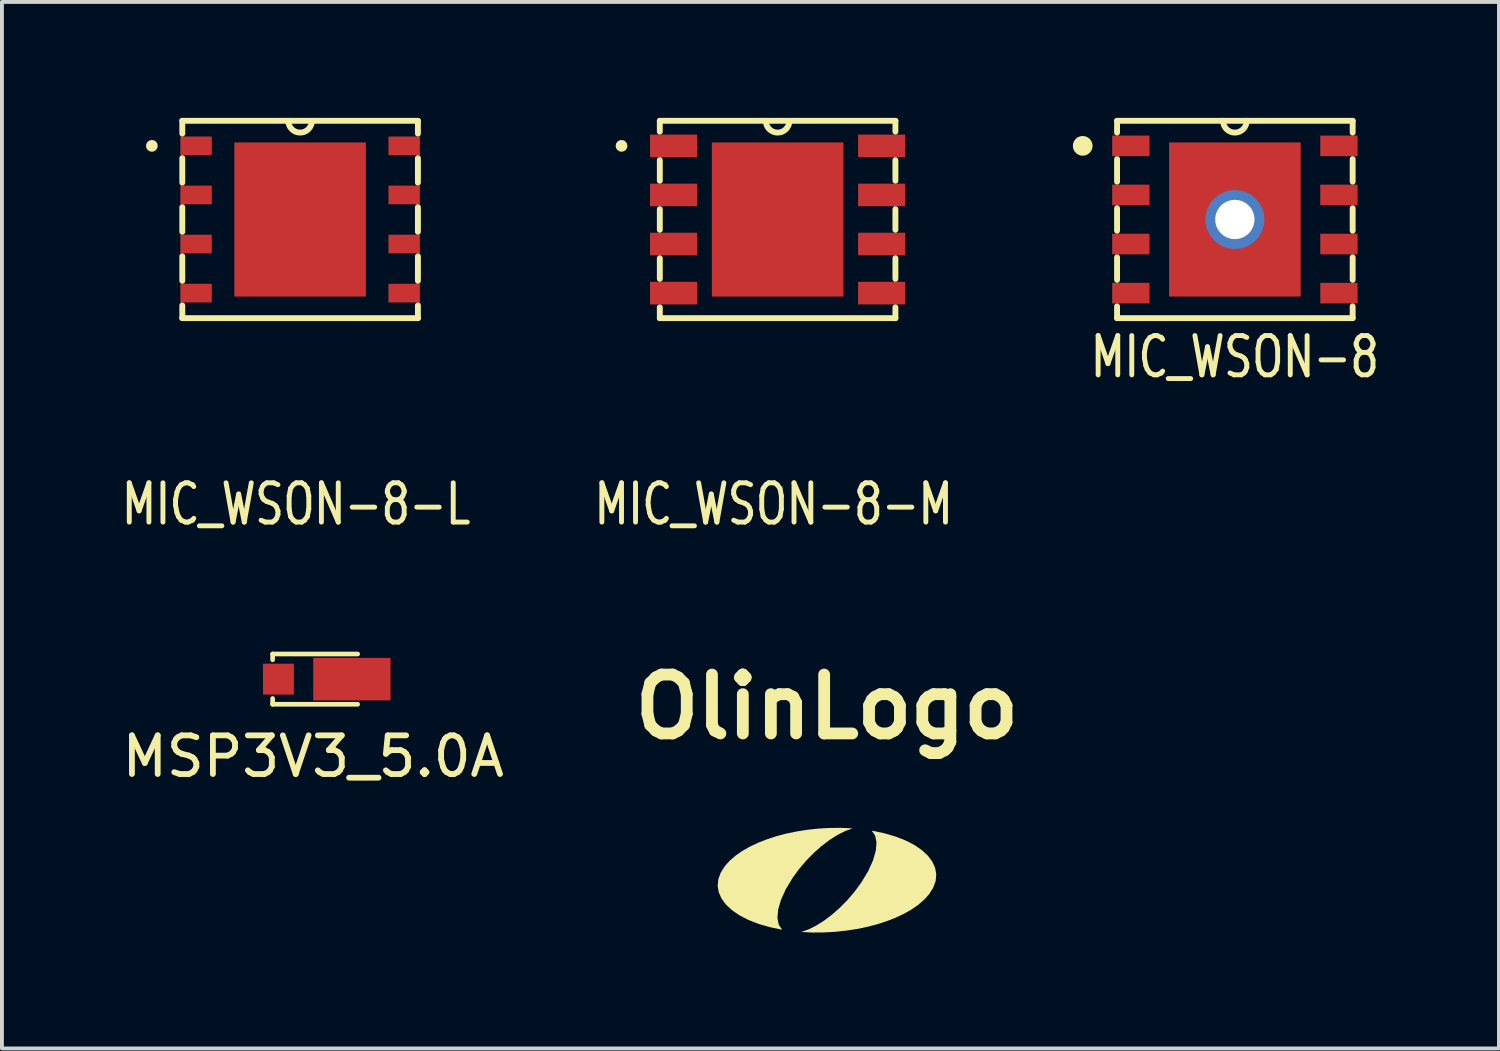
<source format=kicad_pcb>
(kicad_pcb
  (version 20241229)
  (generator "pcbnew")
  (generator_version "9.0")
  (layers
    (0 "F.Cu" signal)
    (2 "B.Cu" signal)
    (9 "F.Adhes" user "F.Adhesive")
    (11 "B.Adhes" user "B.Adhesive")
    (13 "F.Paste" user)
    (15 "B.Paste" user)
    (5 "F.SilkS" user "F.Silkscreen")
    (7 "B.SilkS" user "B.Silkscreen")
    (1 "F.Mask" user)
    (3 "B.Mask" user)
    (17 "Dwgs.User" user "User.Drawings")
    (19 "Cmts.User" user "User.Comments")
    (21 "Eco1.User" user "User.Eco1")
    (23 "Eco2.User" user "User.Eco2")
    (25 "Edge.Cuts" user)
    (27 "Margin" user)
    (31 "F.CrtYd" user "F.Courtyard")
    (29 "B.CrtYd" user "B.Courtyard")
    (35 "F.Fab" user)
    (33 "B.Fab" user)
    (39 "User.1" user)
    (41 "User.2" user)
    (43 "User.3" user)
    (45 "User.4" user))
  (footprint "MIC_WSON-8-M"
    (layer "F.Cu")
    (at 17.07 2.629)
    (property "Reference" "MIC_WSON-8-M" (at -0.102 7.366 0) (layer "F.SilkS") (effects (font (size 1.016 0.762) (thickness 0.127))))
    (attr smd)
    (fp_line (start -3.048 -2.553) (end -3.048 -2.273) (stroke (width 0.152) (type solid)) (layer "F.SilkS"))
    (fp_line (start -3.048 -1.537) (end -3.048 -1.003) (stroke (width 0.152) (type solid)) (layer "F.SilkS"))
    (fp_line (start -3.048 -0.267) (end -3.048 0.267) (stroke (width 0.152) (type solid)) (layer "F.SilkS"))
    (fp_line (start -3.048 1.003) (end -3.048 1.537) (stroke (width 0.152) (type solid)) (layer "F.SilkS"))
    (fp_line (start -3.048 2.273) (end -3.048 2.553) (stroke (width 0.152) (type solid)) (layer "F.SilkS"))
    (fp_line (start -3.048 2.553) (end 3.048 2.553) (stroke (width 0.152) (type solid)) (layer "F.SilkS"))
    (fp_line (start 3.048 -2.553) (end -3.048 -2.553) (stroke (width 0.152) (type solid)) (layer "F.SilkS"))
    (fp_line (start 3.048 -2.273) (end 3.048 -2.553) (stroke (width 0.152) (type solid)) (layer "F.SilkS"))
    (fp_line (start 3.048 -1.003) (end 3.048 -1.537) (stroke (width 0.152) (type solid)) (layer "F.SilkS"))
    (fp_line (start 3.048 0.267) (end 3.048 -0.267) (stroke (width 0.152) (type solid)) (layer "F.SilkS"))
    (fp_line (start 3.048 1.537) (end 3.048 1.003) (stroke (width 0.152) (type solid)) (layer "F.SilkS"))
    (fp_line (start 3.048 2.553) (end 3.048 2.273) (stroke (width 0.152) (type solid)) (layer "F.SilkS"))
    (fp_arc (start -4.1148 -1.905) (mid -3.9624 -1.905) (end -4.1148 -1.905) (stroke (width 0.1524) (type solid)) (layer "F.SilkS"))
    (fp_arc (start 0.3048 -2.5527) (mid 0 -2.2479) (end -0.3048 -2.5527) (stroke (width 0.1524) (type solid)) (layer "F.SilkS"))
    (pad "1" smd rect (at -2.692 -1.905) (size 1.219 0.584) (layers "F.Cu" "F.Mask" "F.Paste"))
    (pad "2" smd rect (at -2.692 -0.635) (size 1.219 0.584) (layers "F.Cu" "F.Mask" "F.Paste"))
    (pad "3" smd rect (at -2.692 0.635) (size 1.219 0.584) (layers "F.Cu" "F.Mask" "F.Paste"))
    (pad "4" smd rect (at -2.692 1.905) (size 1.219 0.584) (layers "F.Cu" "F.Mask" "F.Paste"))
    (pad "5" smd rect (at 2.692 1.905) (size 1.219 0.584) (layers "F.Cu" "F.Mask" "F.Paste"))
    (pad "6" smd rect (at 2.692 0.635) (size 1.219 0.584) (layers "F.Cu" "F.Mask" "F.Paste"))
    (pad "7" smd rect (at 2.692 -0.635) (size 1.219 0.584) (layers "F.Cu" "F.Mask" "F.Paste"))
    (pad "8" smd rect (at 2.692 -1.905) (size 1.219 0.584) (layers "F.Cu" "F.Mask" "F.Paste"))
    (pad "9" smd rect (at 0 0 270) (size 3.988 3.404) (layers "F.Cu" "F.Mask" "F.Paste")))
  (footprint "OlinLogo"
    (layer "F.Cu")
    (at 18.347 19.724)
    (property "Reference" "OlinLogo" (at 0 -4.486 0) (layer "F.SilkS") (effects (font (size 1.524 1.524) (thickness 0.305))))
    (attr smd)
    (fp_poly (pts (xy 0.665 -1.34) (xy 0.373 -1.354) (xy 0.082 -1.352) (xy -0.208 -1.336) (xy -0.493 -1.306) (xy -0.771 -1.263) (xy -1.042 -1.208) (xy -1.301 -1.14) (xy -1.547 -1.06) (xy -1.779 -0.97) (xy -1.993 -0.869) (xy -2.188 -0.758) (xy -2.362 -0.637) (xy -2.512 -0.508) (xy -2.637 -0.37) (xy -2.749 -0.195) (xy -2.812 -0.021) (xy -2.828 0.15) (xy -2.799 0.317) (xy -2.727 0.478) (xy -2.613 0.631) (xy -2.46 0.774) (xy -2.269 0.906) (xy -2.041 1.025) (xy -1.779 1.128) (xy -1.484 1.214) (xy -1.158 1.282) (xy -1.247 1.153) (xy -1.282 0.977) (xy -1.263 0.761) (xy -1.191 0.511) (xy -1.066 0.234) (xy -0.887 -0.062) (xy -0.717 -0.294) (xy -0.532 -0.511) (xy -0.335 -0.711) (xy -0.132 -0.89) (xy 0.074 -1.046) (xy 0.279 -1.175) (xy 0.477 -1.274) (xy 0.665 -1.34)) (stroke (width 0) (type solid)) (fill yes) (layer "F.SilkS"))
    (fp_poly (pts (xy 1.158 -1.282) (xy 1.247 -1.153) (xy 1.282 -0.977) (xy 1.263 -0.761) (xy 1.191 -0.511) (xy 1.066 -0.234) (xy 0.887 0.062) (xy 0.717 0.294) (xy 0.532 0.511) (xy 0.335 0.711) (xy 0.132 0.89) (xy -0.074 1.046) (xy -0.279 1.175) (xy -0.477 1.274) (xy -0.665 1.34) (xy -0.373 1.354) (xy -0.082 1.352) (xy 0.208 1.336) (xy 0.493 1.306) (xy 0.772 1.263) (xy 1.042 1.208) (xy 1.301 1.14) (xy 1.547 1.06) (xy 1.779 0.97) (xy 1.993 0.869) (xy 2.188 0.758) (xy 2.362 0.637) (xy 2.512 0.508) (xy 2.637 0.37) (xy 2.749 0.195) (xy 2.812 0.022) (xy 2.828 -0.15) (xy 2.799 -0.317) (xy 2.727 -0.478) (xy 2.614 -0.631) (xy 2.46 -0.774) (xy 2.269 -0.906) (xy 2.041 -1.025) (xy 1.779 -1.128) (xy 1.484 -1.214) (xy 1.158 -1.282)) (stroke (width 0) (type solid)) (fill yes) (layer "F.SilkS")))
  (footprint "MSP3V3_5.0A"
    (layer "F.Cu")
    (at 5.054 14.522)
    (property "Reference" "MSP3V3_5.0A" (at 0 2 0) (layer "F.SilkS") (effects (font (size 1 1) (thickness 0.15))))
    (attr smd)
    (fp_line (start -1.05 -0.65) (end -1.05 -0.5) (stroke (width 0.12) (type solid)) (layer "F.SilkS"))
    (fp_line (start -1.05 -0.65) (end 1.15 -0.65) (stroke (width 0.12) (type solid)) (layer "F.SilkS"))
    (fp_line (start -1.05 0.65) (end -1.05 0.5) (stroke (width 0.12) (type solid)) (layer "F.SilkS"))
    (fp_line (start -1.05 0.65) (end 1.15 0.65) (stroke (width 0.12) (type solid)) (layer "F.SilkS"))
    (pad "1" smd rect (at -0.9 0) (size 0.8 0.8) (layers "F.Cu" "F.Mask" "F.Paste"))
    (pad "2" smd rect (at 1 0) (size 2 1.1) (layers "F.Cu" "F.Mask" "F.Paste")))
  (footprint "MIC_WSON-8-L"
    (layer "F.Cu")
    (at 4.715 2.629)
    (property "Reference" "MIC_WSON-8-L" (at -0.102 7.366 0) (layer "F.SilkS") (effects (font (size 1.016 0.762) (thickness 0.127))))
    (attr smd)
    (fp_line (start -3.048 -2.553) (end -3.048 -2.223) (stroke (width 0.152) (type solid)) (layer "F.SilkS"))
    (fp_line (start -3.048 -1.587) (end -3.048 -0.953) (stroke (width 0.152) (type solid)) (layer "F.SilkS"))
    (fp_line (start -3.048 -0.318) (end -3.048 0.318) (stroke (width 0.152) (type solid)) (layer "F.SilkS"))
    (fp_line (start -3.048 0.953) (end -3.048 1.587) (stroke (width 0.152) (type solid)) (layer "F.SilkS"))
    (fp_line (start -3.048 2.223) (end -3.048 2.553) (stroke (width 0.152) (type solid)) (layer "F.SilkS"))
    (fp_line (start -3.048 2.553) (end 3.048 2.553) (stroke (width 0.152) (type solid)) (layer "F.SilkS"))
    (fp_line (start 3.048 -2.553) (end -3.048 -2.553) (stroke (width 0.152) (type solid)) (layer "F.SilkS"))
    (fp_line (start 3.048 -2.223) (end 3.048 -2.553) (stroke (width 0.152) (type solid)) (layer "F.SilkS"))
    (fp_line (start 3.048 -0.953) (end 3.048 -1.587) (stroke (width 0.152) (type solid)) (layer "F.SilkS"))
    (fp_line (start 3.048 0.318) (end 3.048 -0.318) (stroke (width 0.152) (type solid)) (layer "F.SilkS"))
    (fp_line (start 3.048 1.587) (end 3.048 0.953) (stroke (width 0.152) (type solid)) (layer "F.SilkS"))
    (fp_line (start 3.048 2.553) (end 3.048 2.223) (stroke (width 0.152) (type solid)) (layer "F.SilkS"))
    (fp_arc (start -3.9116 -1.905) (mid -3.7592 -1.905) (end -3.9116 -1.905) (stroke (width 0.1524) (type solid)) (layer "F.SilkS"))
    (fp_arc (start 0.3048 -2.5527) (mid 0 -2.2479) (end -0.3048 -2.5527) (stroke (width 0.1524) (type solid)) (layer "F.SilkS"))
    (pad "1" smd rect (at -2.692 -1.905) (size 0.813 0.483) (layers "F.Cu" "F.Mask" "F.Paste"))
    (pad "2" smd rect (at -2.692 -0.635) (size 0.813 0.483) (layers "F.Cu" "F.Mask" "F.Paste"))
    (pad "3" smd rect (at -2.692 0.635) (size 0.813 0.483) (layers "F.Cu" "F.Mask" "F.Paste"))
    (pad "4" smd rect (at -2.692 1.905) (size 0.813 0.483) (layers "F.Cu" "F.Mask" "F.Paste"))
    (pad "5" smd rect (at 2.692 1.905) (size 0.813 0.483) (layers "F.Cu" "F.Mask" "F.Paste"))
    (pad "6" smd rect (at 2.692 0.635) (size 0.813 0.483) (layers "F.Cu" "F.Mask" "F.Paste"))
    (pad "7" smd rect (at 2.692 -0.635) (size 0.813 0.483) (layers "F.Cu" "F.Mask" "F.Paste"))
    (pad "8" smd rect (at 2.692 -1.905) (size 0.813 0.483) (layers "F.Cu" "F.Mask" "F.Paste"))
    (pad "9" smd rect (at 0 0 270) (size 3.988 3.404) (layers "F.Cu" "F.Mask" "F.Paste")))
  (footprint "MIC_WSON-8"
    (layer "F.Cu")
    (at 28.901 2.629)
    (property "Reference" "MIC_WSON-8" (at 0 3.556 0) (layer "F.SilkS") (effects (font (size 1.016 0.762) (thickness 0.127))))
    (attr smd)
    (fp_line (start -3.048 -2.553) (end -3.048 -2.248) (stroke (width 0.152) (type solid)) (layer "F.SilkS"))
    (fp_line (start -3.048 -1.562) (end -3.048 -0.978) (stroke (width 0.152) (type solid)) (layer "F.SilkS"))
    (fp_line (start -3.048 -0.292) (end -3.048 0.292) (stroke (width 0.152) (type solid)) (layer "F.SilkS"))
    (fp_line (start -3.048 0.978) (end -3.048 1.562) (stroke (width 0.152) (type solid)) (layer "F.SilkS"))
    (fp_line (start -3.048 2.248) (end -3.048 2.553) (stroke (width 0.152) (type solid)) (layer "F.SilkS"))
    (fp_line (start -3.048 2.553) (end 3.048 2.553) (stroke (width 0.152) (type solid)) (layer "F.SilkS"))
    (fp_line (start 3.048 -2.553) (end -3.048 -2.553) (stroke (width 0.152) (type solid)) (layer "F.SilkS"))
    (fp_line (start 3.048 -2.248) (end 3.048 -2.553) (stroke (width 0.152) (type solid)) (layer "F.SilkS"))
    (fp_line (start 3.048 -0.978) (end 3.048 -1.562) (stroke (width 0.152) (type solid)) (layer "F.SilkS"))
    (fp_line (start 3.048 0.292) (end 3.048 -0.292) (stroke (width 0.152) (type solid)) (layer "F.SilkS"))
    (fp_line (start 3.048 1.562) (end 3.048 0.978) (stroke (width 0.152) (type solid)) (layer "F.SilkS"))
    (fp_line (start 3.048 2.553) (end 3.048 2.248) (stroke (width 0.152) (type solid)) (layer "F.SilkS"))
    (fp_arc (start -3.9878 -1.905) (mid -3.8354 -1.905) (end -3.9878 -1.905) (stroke (width 0.1524) (type solid)) (layer "F.SilkS"))
    (fp_arc (start 0.3048 -2.5527) (mid 0 -2.2479) (end -0.3048 -2.5527) (stroke (width 0.1524) (type solid)) (layer "F.SilkS"))
    (fp_circle (center -3.937 -1.905) (end -3.81 -1.778) (stroke (width 0.15) (type solid)) (fill no) (layer "F.SilkS"))
    (pad "1" smd rect (at -2.692 -1.905) (size 0.965 0.533) (layers "F.Cu" "F.Mask" "F.Paste"))
    (pad "2" smd rect (at -2.692 -0.635) (size 0.965 0.533) (layers "F.Cu" "F.Mask" "F.Paste"))
    (pad "3" smd rect (at -2.692 0.635) (size 0.965 0.533) (layers "F.Cu" "F.Mask" "F.Paste"))
    (pad "4" smd rect (at -2.692 1.905) (size 0.965 0.533) (layers "F.Cu" "F.Mask" "F.Paste"))
    (pad "5" smd rect (at 2.692 1.905) (size 0.965 0.533) (layers "F.Cu" "F.Mask" "F.Paste"))
    (pad "6" smd rect (at 2.692 0.635) (size 0.965 0.533) (layers "F.Cu" "F.Mask" "F.Paste"))
    (pad "7" smd rect (at 2.692 -0.635) (size 0.965 0.533) (layers "F.Cu" "F.Mask" "F.Paste"))
    (pad "8" smd rect (at 2.692 -1.905) (size 0.965 0.533) (layers "F.Cu" "F.Mask" "F.Paste"))
    (pad "9" thru_hole circle (at 0 0) (size 1.524 1.524) (drill 1.016) (layers "*.Cu" "*.Mask"))
    (pad "9" smd rect (at 0 0 270) (size 3.988 3.404) (layers "F.Cu" "F.Mask" "F.Paste")))
  (gr_rect
    (start -3 -3)
    (end 35.734 24.078)
    (stroke (width 0.1) (type default))
    (fill no)
    (layer "Edge.Cuts")))
</source>
